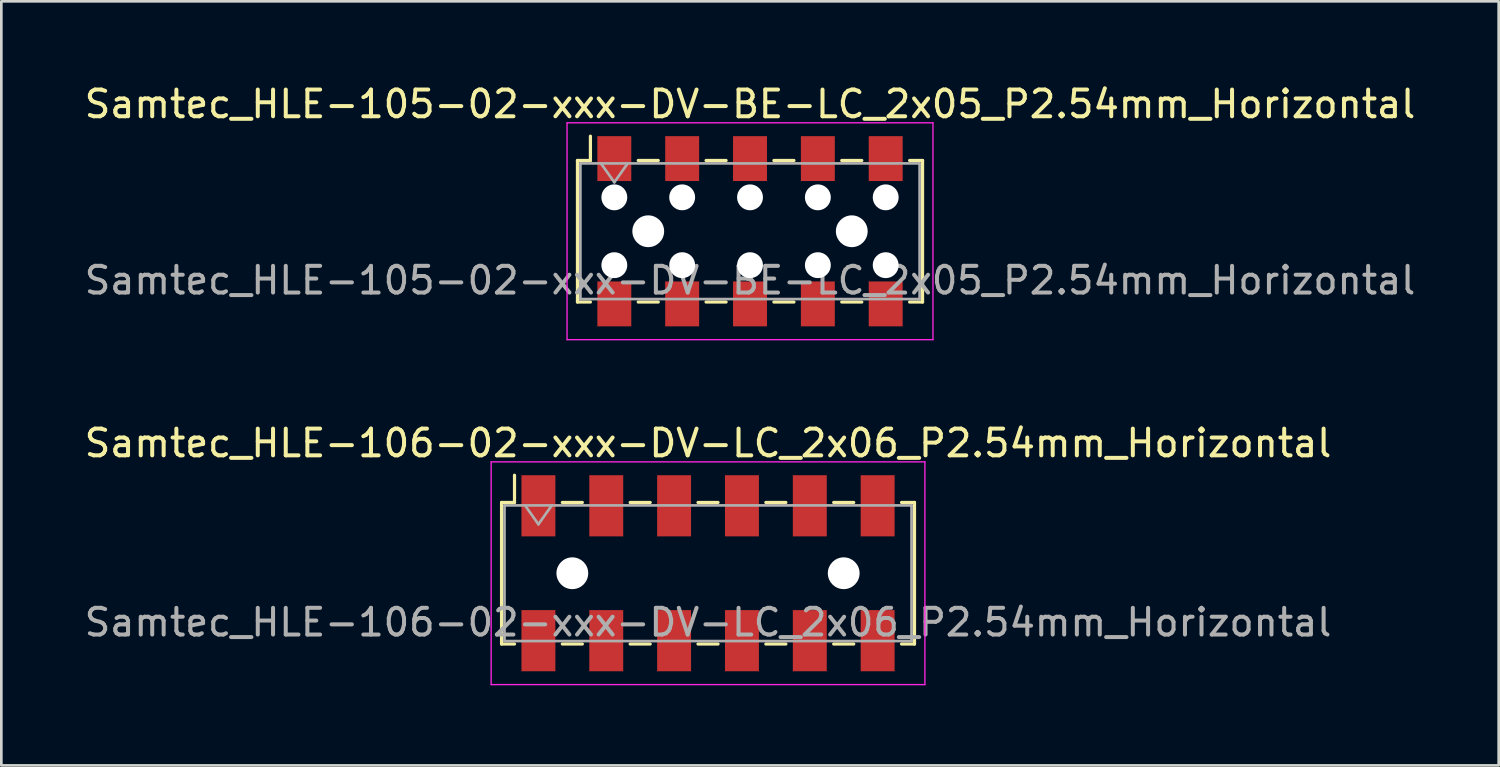
<source format=kicad_pcb>
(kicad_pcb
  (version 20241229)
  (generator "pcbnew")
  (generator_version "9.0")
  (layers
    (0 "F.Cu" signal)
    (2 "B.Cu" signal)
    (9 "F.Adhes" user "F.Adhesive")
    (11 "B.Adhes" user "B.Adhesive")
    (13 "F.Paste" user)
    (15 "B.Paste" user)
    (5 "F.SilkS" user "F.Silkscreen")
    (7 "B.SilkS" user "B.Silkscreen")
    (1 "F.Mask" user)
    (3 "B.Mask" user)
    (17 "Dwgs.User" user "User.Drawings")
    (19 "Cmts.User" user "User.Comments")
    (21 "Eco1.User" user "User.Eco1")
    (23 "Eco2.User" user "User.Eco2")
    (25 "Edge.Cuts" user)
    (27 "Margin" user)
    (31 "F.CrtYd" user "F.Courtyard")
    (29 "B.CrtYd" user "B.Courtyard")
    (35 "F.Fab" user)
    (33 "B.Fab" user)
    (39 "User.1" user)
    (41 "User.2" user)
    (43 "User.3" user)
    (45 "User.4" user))
  (footprint "Samtec_HLE-105-02-xxx-DV-BE-LC_2x05_P2.54mm_Horizontal"
    (layer "F.Cu")
    (at 25.03 5.608)
    (property "Reference" "Samtec_HLE-105-02-xxx-DV-BE-LC_2x05_P2.54mm_Horizontal" (at 0 -4.76 0) (layer "F.SilkS") (effects (font (size 1 1) (thickness 0.15))))
    (attr smd)
    (fp_line (start -6.46 -2.65) (end -6.46 2.65) (stroke (width 0.12) (type solid)) (layer "F.SilkS"))
    (fp_line (start -6.46 2.65) (end -5.975 2.65) (stroke (width 0.12) (type solid)) (layer "F.SilkS"))
    (fp_line (start -5.975 -3.56) (end -5.975 -2.65) (stroke (width 0.12) (type solid)) (layer "F.SilkS"))
    (fp_line (start -5.975 -2.65) (end -6.46 -2.65) (stroke (width 0.12) (type solid)) (layer "F.SilkS"))
    (fp_line (start -4.185 -2.65) (end -3.435 -2.65) (stroke (width 0.12) (type solid)) (layer "F.SilkS"))
    (fp_line (start -4.185 2.65) (end -3.435 2.65) (stroke (width 0.12) (type solid)) (layer "F.SilkS"))
    (fp_line (start -1.645 -2.65) (end -0.895 -2.65) (stroke (width 0.12) (type solid)) (layer "F.SilkS"))
    (fp_line (start -1.645 2.65) (end -0.895 2.65) (stroke (width 0.12) (type solid)) (layer "F.SilkS"))
    (fp_line (start 0.895 -2.65) (end 1.645 -2.65) (stroke (width 0.12) (type solid)) (layer "F.SilkS"))
    (fp_line (start 0.895 2.65) (end 1.645 2.65) (stroke (width 0.12) (type solid)) (layer "F.SilkS"))
    (fp_line (start 3.435 -2.65) (end 4.185 -2.65) (stroke (width 0.12) (type solid)) (layer "F.SilkS"))
    (fp_line (start 3.435 2.65) (end 4.185 2.65) (stroke (width 0.12) (type solid)) (layer "F.SilkS"))
    (fp_line (start 5.975 -2.65) (end 6.46 -2.65) (stroke (width 0.12) (type solid)) (layer "F.SilkS"))
    (fp_line (start 6.46 -2.65) (end 6.46 2.65) (stroke (width 0.12) (type solid)) (layer "F.SilkS"))
    (fp_line (start 6.46 2.65) (end 5.975 2.65) (stroke (width 0.12) (type solid)) (layer "F.SilkS"))
    (fp_line (start -6.85 -4.06) (end 6.85 -4.06) (stroke (width 0.05) (type solid)) (layer "F.CrtYd"))
    (fp_line (start -6.85 4.06) (end -6.85 -4.06) (stroke (width 0.05) (type solid)) (layer "F.CrtYd"))
    (fp_line (start 6.85 -4.06) (end 6.85 4.06) (stroke (width 0.05) (type solid)) (layer "F.CrtYd"))
    (fp_line (start 6.85 4.06) (end -6.85 4.06) (stroke (width 0.05) (type solid)) (layer "F.CrtYd"))
    (fp_line (start -6.35 -2.54) (end 6.35 -2.54) (stroke (width 0.1) (type solid)) (layer "F.Fab"))
    (fp_line (start -6.35 2.54) (end -6.35 -2.54) (stroke (width 0.1) (type solid)) (layer "F.Fab"))
    (fp_line (start -5.58 -2.54) (end -5.08 -1.833) (stroke (width 0.1) (type solid)) (layer "F.Fab"))
    (fp_line (start -5.08 -1.833) (end -4.58 -2.54) (stroke (width 0.1) (type solid)) (layer "F.Fab"))
    (fp_line (start 6.35 -2.54) (end 6.35 2.54) (stroke (width 0.1) (type solid)) (layer "F.Fab"))
    (fp_line (start 6.35 2.54) (end -6.35 2.54) (stroke (width 0.1) (type solid)) (layer "F.Fab"))
    (fp_text user "${REFERENCE}" (at 0 1.84 0) (layer "F.Fab") (effects (font (size 1 1) (thickness 0.15))))
    (pad "" np_thru_hole circle (at -5.08 -1.27) (size 0.97 0.97) (drill 0.97) (layers "*.Cu" "*.Mask"))
    (pad "" np_thru_hole circle (at -5.08 1.27) (size 0.97 0.97) (drill 0.97) (layers "*.Cu" "*.Mask"))
    (pad "" np_thru_hole circle (at -3.81 0) (size 1.19 1.19) (drill 1.19) (layers "*.Cu" "*.Mask"))
    (pad "" np_thru_hole circle (at -2.54 -1.27) (size 0.97 0.97) (drill 0.97) (layers "*.Cu" "*.Mask"))
    (pad "" np_thru_hole circle (at -2.54 1.27) (size 0.97 0.97) (drill 0.97) (layers "*.Cu" "*.Mask"))
    (pad "" np_thru_hole circle (at 0 -1.27) (size 0.97 0.97) (drill 0.97) (layers "*.Cu" "*.Mask"))
    (pad "" np_thru_hole circle (at 0 1.27) (size 0.97 0.97) (drill 0.97) (layers "*.Cu" "*.Mask"))
    (pad "" np_thru_hole circle (at 2.54 -1.27) (size 0.97 0.97) (drill 0.97) (layers "*.Cu" "*.Mask"))
    (pad "" np_thru_hole circle (at 2.54 1.27) (size 0.97 0.97) (drill 0.97) (layers "*.Cu" "*.Mask"))
    (pad "" np_thru_hole circle (at 3.81 0) (size 1.19 1.19) (drill 1.19) (layers "*.Cu" "*.Mask"))
    (pad "" np_thru_hole circle (at 5.08 -1.27) (size 0.97 0.97) (drill 0.97) (layers "*.Cu" "*.Mask"))
    (pad "" np_thru_hole circle (at 5.08 1.27) (size 0.97 0.97) (drill 0.97) (layers "*.Cu" "*.Mask"))
    (pad "1" smd rect (at -5.08 -2.72) (size 1.27 1.68) (layers "F.Cu" "F.Mask" "F.Paste"))
    (pad "2" smd rect (at -5.08 2.72) (size 1.27 1.68) (layers "F.Cu" "F.Mask" "F.Paste"))
    (pad "3" smd rect (at -2.54 -2.72) (size 1.27 1.68) (layers "F.Cu" "F.Mask" "F.Paste"))
    (pad "4" smd rect (at -2.54 2.72) (size 1.27 1.68) (layers "F.Cu" "F.Mask" "F.Paste"))
    (pad "5" smd rect (at 0 -2.72) (size 1.27 1.68) (layers "F.Cu" "F.Mask" "F.Paste"))
    (pad "6" smd rect (at 0 2.72) (size 1.27 1.68) (layers "F.Cu" "F.Mask" "F.Paste"))
    (pad "7" smd rect (at 2.54 -2.72) (size 1.27 1.68) (layers "F.Cu" "F.Mask" "F.Paste"))
    (pad "8" smd rect (at 2.54 2.72) (size 1.27 1.68) (layers "F.Cu" "F.Mask" "F.Paste"))
    (pad "9" smd rect (at 5.08 -2.72) (size 1.27 1.68) (layers "F.Cu" "F.Mask" "F.Paste"))
    (pad "10" smd rect (at 5.08 2.72) (size 1.27 1.68) (layers "F.Cu" "F.Mask" "F.Paste")))
  (footprint "Samtec_HLE-106-02-xxx-DV-LC_2x06_P2.54mm_Horizontal"
    (layer "F.Cu")
    (at 23.458 18.412)
    (property "Reference" "Samtec_HLE-106-02-xxx-DV-LC_2x06_P2.54mm_Horizontal" (at 0 -4.87 0) (layer "F.SilkS") (effects (font (size 1 1) (thickness 0.15))))
    (attr smd)
    (fp_line (start -7.73 -2.65) (end -7.73 2.65) (stroke (width 0.12) (type solid)) (layer "F.SilkS"))
    (fp_line (start -7.73 2.65) (end -7.245 2.65) (stroke (width 0.12) (type solid)) (layer "F.SilkS"))
    (fp_line (start -7.245 -3.67) (end -7.245 -2.65) (stroke (width 0.12) (type solid)) (layer "F.SilkS"))
    (fp_line (start -7.245 -2.65) (end -7.73 -2.65) (stroke (width 0.12) (type solid)) (layer "F.SilkS"))
    (fp_line (start -5.455 -2.65) (end -4.705 -2.65) (stroke (width 0.12) (type solid)) (layer "F.SilkS"))
    (fp_line (start -5.455 2.65) (end -4.705 2.65) (stroke (width 0.12) (type solid)) (layer "F.SilkS"))
    (fp_line (start -2.915 -2.65) (end -2.165 -2.65) (stroke (width 0.12) (type solid)) (layer "F.SilkS"))
    (fp_line (start -2.915 2.65) (end -2.165 2.65) (stroke (width 0.12) (type solid)) (layer "F.SilkS"))
    (fp_line (start -0.375 -2.65) (end 0.375 -2.65) (stroke (width 0.12) (type solid)) (layer "F.SilkS"))
    (fp_line (start -0.375 2.65) (end 0.375 2.65) (stroke (width 0.12) (type solid)) (layer "F.SilkS"))
    (fp_line (start 2.165 -2.65) (end 2.915 -2.65) (stroke (width 0.12) (type solid)) (layer "F.SilkS"))
    (fp_line (start 2.165 2.65) (end 2.915 2.65) (stroke (width 0.12) (type solid)) (layer "F.SilkS"))
    (fp_line (start 4.705 -2.65) (end 5.455 -2.65) (stroke (width 0.12) (type solid)) (layer "F.SilkS"))
    (fp_line (start 4.705 2.65) (end 5.455 2.65) (stroke (width 0.12) (type solid)) (layer "F.SilkS"))
    (fp_line (start 7.245 -2.65) (end 7.73 -2.65) (stroke (width 0.12) (type solid)) (layer "F.SilkS"))
    (fp_line (start 7.73 -2.65) (end 7.73 2.65) (stroke (width 0.12) (type solid)) (layer "F.SilkS"))
    (fp_line (start 7.73 2.65) (end 7.245 2.65) (stroke (width 0.12) (type solid)) (layer "F.SilkS"))
    (fp_line (start -8.12 -4.17) (end 8.12 -4.17) (stroke (width 0.05) (type solid)) (layer "F.CrtYd"))
    (fp_line (start -8.12 4.17) (end -8.12 -4.17) (stroke (width 0.05) (type solid)) (layer "F.CrtYd"))
    (fp_line (start 8.12 -4.17) (end 8.12 4.17) (stroke (width 0.05) (type solid)) (layer "F.CrtYd"))
    (fp_line (start 8.12 4.17) (end -8.12 4.17) (stroke (width 0.05) (type solid)) (layer "F.CrtYd"))
    (fp_line (start -7.62 -2.54) (end 7.62 -2.54) (stroke (width 0.1) (type solid)) (layer "F.Fab"))
    (fp_line (start -7.62 2.54) (end -7.62 -2.54) (stroke (width 0.1) (type solid)) (layer "F.Fab"))
    (fp_line (start -6.85 -2.54) (end -6.35 -1.833) (stroke (width 0.1) (type solid)) (layer "F.Fab"))
    (fp_line (start -6.35 -1.833) (end -5.85 -2.54) (stroke (width 0.1) (type solid)) (layer "F.Fab"))
    (fp_line (start 7.62 -2.54) (end 7.62 2.54) (stroke (width 0.1) (type solid)) (layer "F.Fab"))
    (fp_line (start 7.62 2.54) (end -7.62 2.54) (stroke (width 0.1) (type solid)) (layer "F.Fab"))
    (fp_text user "${REFERENCE}" (at 0 1.84 0) (layer "F.Fab") (effects (font (size 1 1) (thickness 0.15))))
    (pad "" np_thru_hole circle (at -5.08 0) (size 1.19 1.19) (drill 1.19) (layers "*.Cu" "*.Mask"))
    (pad "" np_thru_hole circle (at 5.08 0) (size 1.19 1.19) (drill 1.19) (layers "*.Cu" "*.Mask"))
    (pad "1" smd rect (at -6.35 -2.525) (size 1.27 2.29) (layers "F.Cu" "F.Mask" "F.Paste"))
    (pad "2" smd rect (at -6.35 2.525) (size 1.27 2.29) (layers "F.Cu" "F.Mask" "F.Paste"))
    (pad "3" smd rect (at -3.81 -2.525) (size 1.27 2.29) (layers "F.Cu" "F.Mask" "F.Paste"))
    (pad "4" smd rect (at -3.81 2.525) (size 1.27 2.29) (layers "F.Cu" "F.Mask" "F.Paste"))
    (pad "5" smd rect (at -1.27 -2.525) (size 1.27 2.29) (layers "F.Cu" "F.Mask" "F.Paste"))
    (pad "6" smd rect (at -1.27 2.525) (size 1.27 2.29) (layers "F.Cu" "F.Mask" "F.Paste"))
    (pad "7" smd rect (at 1.27 -2.525) (size 1.27 2.29) (layers "F.Cu" "F.Mask" "F.Paste"))
    (pad "8" smd rect (at 1.27 2.525) (size 1.27 2.29) (layers "F.Cu" "F.Mask" "F.Paste"))
    (pad "9" smd rect (at 3.81 -2.525) (size 1.27 2.29) (layers "F.Cu" "F.Mask" "F.Paste"))
    (pad "10" smd rect (at 3.81 2.525) (size 1.27 2.29) (layers "F.Cu" "F.Mask" "F.Paste"))
    (pad "11" smd rect (at 6.35 -2.525) (size 1.27 2.29) (layers "F.Cu" "F.Mask" "F.Paste"))
    (pad "12" smd rect (at 6.35 2.525) (size 1.27 2.29) (layers "F.Cu" "F.Mask" "F.Paste")))
  (gr_rect
    (start -3 -3)
    (end 53.06 25.607)
    (stroke (width 0.1) (type default))
    (fill no)
    (layer "Edge.Cuts")))
</source>
